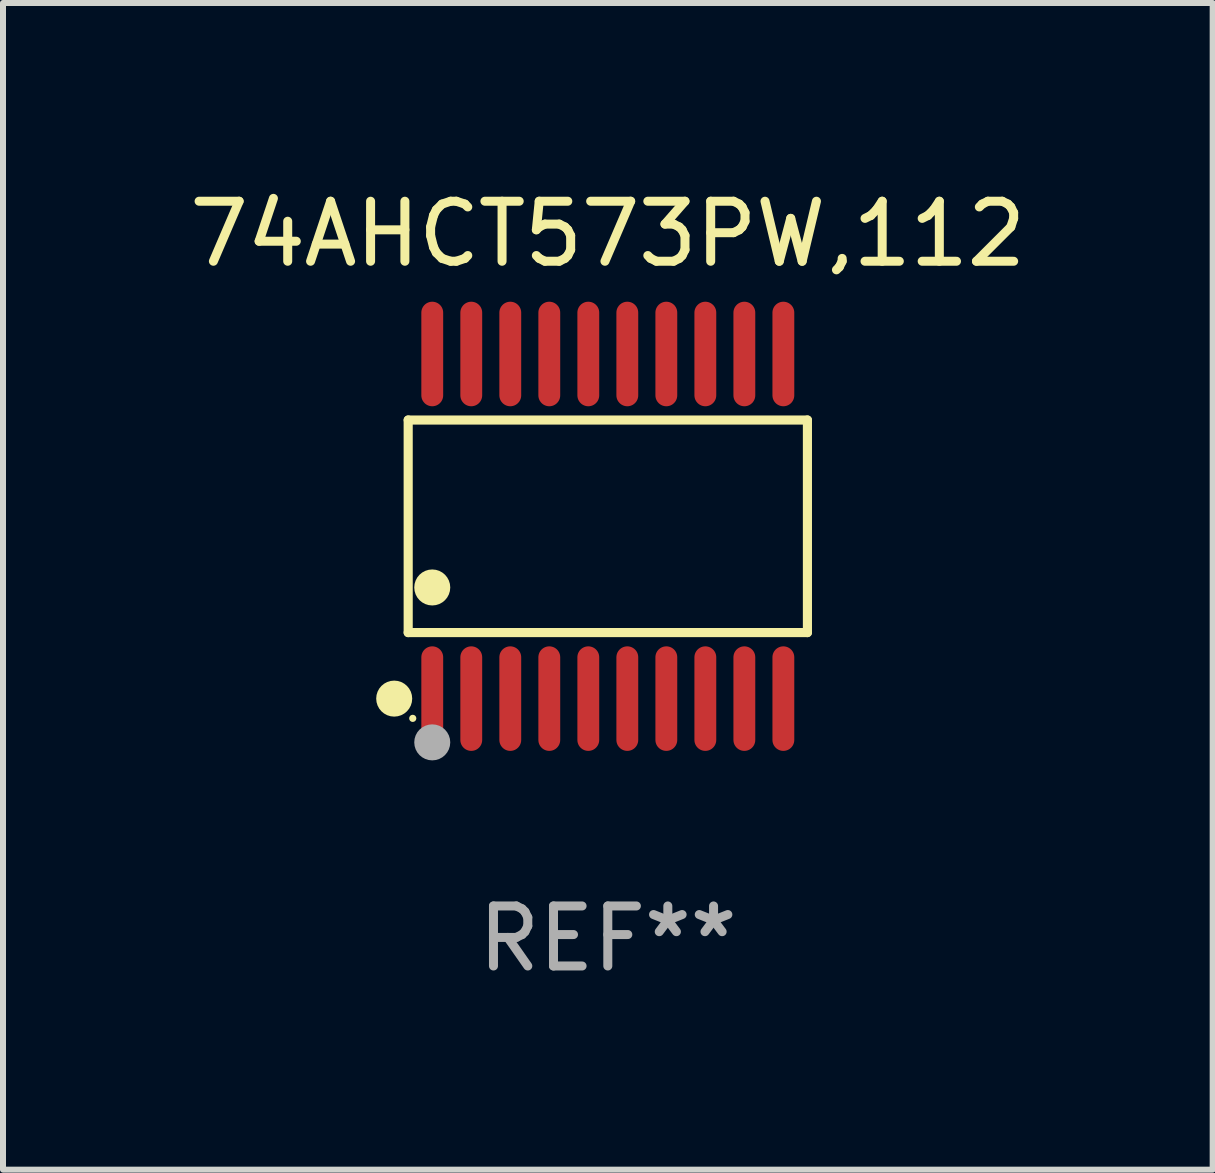
<source format=kicad_pcb>
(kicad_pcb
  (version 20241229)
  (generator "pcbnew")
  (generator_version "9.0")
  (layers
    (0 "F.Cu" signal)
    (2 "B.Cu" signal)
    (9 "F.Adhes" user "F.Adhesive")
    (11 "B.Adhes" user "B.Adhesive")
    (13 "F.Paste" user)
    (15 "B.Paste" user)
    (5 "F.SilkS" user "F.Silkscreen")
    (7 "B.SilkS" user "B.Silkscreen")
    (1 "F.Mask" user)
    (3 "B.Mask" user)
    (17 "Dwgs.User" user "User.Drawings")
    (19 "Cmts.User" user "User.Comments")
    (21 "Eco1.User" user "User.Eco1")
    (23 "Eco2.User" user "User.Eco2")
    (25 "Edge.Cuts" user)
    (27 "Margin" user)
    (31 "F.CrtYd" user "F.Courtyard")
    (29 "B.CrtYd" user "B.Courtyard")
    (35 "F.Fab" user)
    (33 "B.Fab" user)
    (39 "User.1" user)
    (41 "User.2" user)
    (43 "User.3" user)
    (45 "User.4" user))
  (footprint "74AHCT573PW,112"
    (layer "F.Cu")
    (at 7.077 5.719)
    (property "Reference" "74AHCT573PW,112" (at 0 -4.871 0) (layer "F.SilkS") (effects (font (size 1 1) (thickness 0.15))))
    (attr through_hole)
    (fp_line (start -3.326 -1.771) (end 3.326 -1.771) (stroke (width 0.152) (type solid)) (layer "F.SilkS"))
    (fp_line (start -3.326 1.771) (end -3.326 -1.771) (stroke (width 0.152) (type solid)) (layer "F.SilkS"))
    (fp_line (start 3.326 -1.771) (end 3.326 1.771) (stroke (width 0.152) (type solid)) (layer "F.SilkS"))
    (fp_line (start 3.326 1.771) (end -3.326 1.771) (stroke (width 0.152) (type solid)) (layer "F.SilkS"))
    (fp_circle (center -3.559 2.871) (end -3.409 2.871) (stroke (width 0.3) (type solid)) (fill no) (layer "F.SilkS"))
    (fp_circle (center -3.25 3.2) (end -3.22 3.2) (stroke (width 0.06) (type solid)) (fill no) (layer "F.SilkS"))
    (fp_circle (center -2.925 1.019) (end -2.775 1.019) (stroke (width 0.3) (type solid)) (fill no) (layer "F.SilkS"))
    (fp_circle (center -2.925 3.6) (end -2.775 3.6) (stroke (width 0.3) (type solid)) (fill no) (layer "F.Fab"))
    (fp_text user "REF**" (at 0 6.871 0) (layer "F.Fab") (effects (font (size 1 1) (thickness 0.15))))
    (pad "1" smd oval (at -2.925 2.871) (size 0.364 1.742) (layers "F.Cu" "F.Mask" "F.Paste"))
    (pad "2" smd oval (at -2.275 2.871) (size 0.364 1.742) (layers "F.Cu" "F.Mask" "F.Paste"))
    (pad "3" smd oval (at -1.625 2.871) (size 0.364 1.742) (layers "F.Cu" "F.Mask" "F.Paste"))
    (pad "4" smd oval (at -0.975 2.871) (size 0.364 1.742) (layers "F.Cu" "F.Mask" "F.Paste"))
    (pad "5" smd oval (at -0.325 2.871) (size 0.364 1.742) (layers "F.Cu" "F.Mask" "F.Paste"))
    (pad "6" smd oval (at 0.325 2.871) (size 0.364 1.742) (layers "F.Cu" "F.Mask" "F.Paste"))
    (pad "7" smd oval (at 0.975 2.871) (size 0.364 1.742) (layers "F.Cu" "F.Mask" "F.Paste"))
    (pad "8" smd oval (at 1.625 2.871) (size 0.364 1.742) (layers "F.Cu" "F.Mask" "F.Paste"))
    (pad "9" smd oval (at 2.275 2.871) (size 0.364 1.742) (layers "F.Cu" "F.Mask" "F.Paste"))
    (pad "10" smd oval (at 2.925 2.871) (size 0.364 1.742) (layers "F.Cu" "F.Mask" "F.Paste"))
    (pad "11" smd oval (at 2.925 -2.871) (size 0.364 1.742) (layers "F.Cu" "F.Mask" "F.Paste"))
    (pad "12" smd oval (at 2.275 -2.871) (size 0.364 1.742) (layers "F.Cu" "F.Mask" "F.Paste"))
    (pad "13" smd oval (at 1.625 -2.871) (size 0.364 1.742) (layers "F.Cu" "F.Mask" "F.Paste"))
    (pad "14" smd oval (at 0.975 -2.871) (size 0.364 1.742) (layers "F.Cu" "F.Mask" "F.Paste"))
    (pad "15" smd oval (at 0.325 -2.871) (size 0.364 1.742) (layers "F.Cu" "F.Mask" "F.Paste"))
    (pad "16" smd oval (at -0.325 -2.871) (size 0.364 1.742) (layers "F.Cu" "F.Mask" "F.Paste"))
    (pad "17" smd oval (at -0.975 -2.871) (size 0.364 1.742) (layers "F.Cu" "F.Mask" "F.Paste"))
    (pad "18" smd oval (at -1.625 -2.871) (size 0.364 1.742) (layers "F.Cu" "F.Mask" "F.Paste"))
    (pad "19" smd oval (at -2.275 -2.871) (size 0.364 1.742) (layers "F.Cu" "F.Mask" "F.Paste"))
    (pad "20" smd oval (at -2.925 -2.871) (size 0.364 1.742) (layers "F.Cu" "F.Mask" "F.Paste")))
  (gr_rect
    (start -3 -3)
    (end 17.155 16.438)
    (stroke (width 0.1) (type default))
    (fill no)
    (layer "Edge.Cuts")))
</source>
